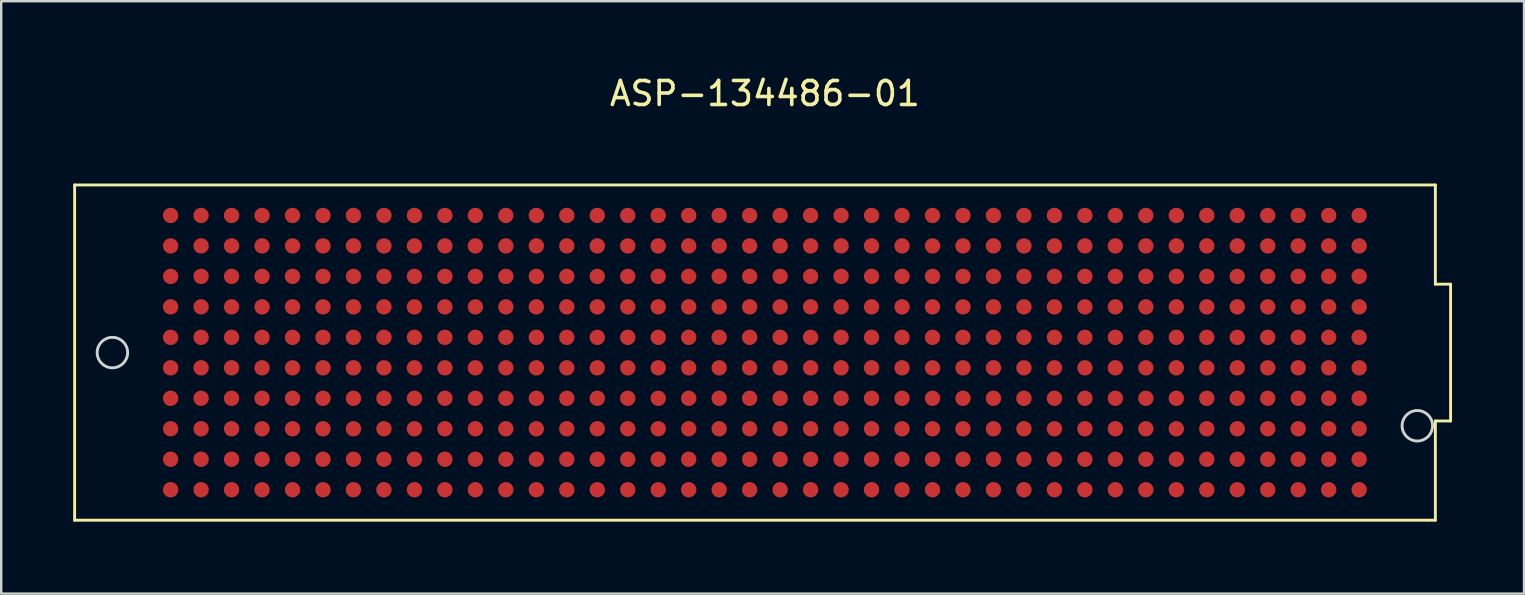
<source format=kicad_pcb>
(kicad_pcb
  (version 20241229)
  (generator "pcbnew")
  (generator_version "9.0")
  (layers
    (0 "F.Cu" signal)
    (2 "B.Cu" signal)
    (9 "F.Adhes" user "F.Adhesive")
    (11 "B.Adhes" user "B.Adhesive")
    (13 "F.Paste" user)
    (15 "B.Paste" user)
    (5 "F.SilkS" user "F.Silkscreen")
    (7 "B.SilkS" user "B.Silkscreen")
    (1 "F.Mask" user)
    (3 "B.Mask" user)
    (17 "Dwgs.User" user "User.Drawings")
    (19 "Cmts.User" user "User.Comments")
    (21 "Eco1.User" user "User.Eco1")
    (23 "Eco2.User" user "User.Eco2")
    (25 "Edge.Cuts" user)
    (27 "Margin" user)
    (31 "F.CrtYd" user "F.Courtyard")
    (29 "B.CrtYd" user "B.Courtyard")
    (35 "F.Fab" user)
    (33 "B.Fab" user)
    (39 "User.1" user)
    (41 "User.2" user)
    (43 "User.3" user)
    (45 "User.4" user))
  (footprint "ASP-134486-01"
    (layer "F.Cu")
    (at 28.825 11.643)
    (property "Reference" "ASP-134486-01" (at 0 -10.795 0) (layer "F.SilkS") (effects (font (size 1 1) (thickness 0.15))))
    (attr through_hole)
    (fp_line (start -28.765 -6.985) (end -28.765 6.985) (stroke (width 0.12) (type solid)) (layer "F.SilkS"))
    (fp_line (start -28.765 -6.985) (end 27.94 -6.985) (stroke (width 0.12) (type solid)) (layer "F.SilkS"))
    (fp_line (start 27.94 -2.85) (end 27.94 -6.985) (stroke (width 0.12) (type solid)) (layer "F.SilkS"))
    (fp_line (start 27.94 6.985) (end -28.765 6.985) (stroke (width 0.12) (type solid)) (layer "F.SilkS"))
    (fp_line (start 27.94 6.985) (end 27.94 2.85) (stroke (width 0.12) (type solid)) (layer "F.SilkS"))
    (fp_line (start 28.575 -2.85) (end 27.94 -2.85) (stroke (width 0.12) (type solid)) (layer "F.SilkS"))
    (fp_line (start 28.575 2.85) (end 27.94 2.85) (stroke (width 0.12) (type solid)) (layer "F.SilkS"))
    (fp_line (start 28.575 2.85) (end 28.575 -2.85) (stroke (width 0.12) (type solid)) (layer "F.SilkS"))
    (fp_circle (center -27.191 0) (end -26.556 0) (stroke (width 0.12) (type solid)) (fill no) (layer "Edge.Cuts"))
    (fp_circle (center 27.189 3.05) (end 27.824 3.05) (stroke (width 0.12) (type solid)) (fill no) (layer "Edge.Cuts"))
    (pad "A1" smd circle (at 24.765 5.715 180) (size 0.64 0.64) (layers "F.Cu" "F.Mask" "F.Paste"))
    (pad "A2" smd circle (at 23.495 5.715 180) (size 0.64 0.64) (layers "F.Cu" "F.Mask" "F.Paste"))
    (pad "A3" smd circle (at 22.225 5.715 180) (size 0.64 0.64) (layers "F.Cu" "F.Mask" "F.Paste"))
    (pad "A4" smd circle (at 20.955 5.715 180) (size 0.64 0.64) (layers "F.Cu" "F.Mask" "F.Paste"))
    (pad "A5" smd circle (at 19.685 5.715 180) (size 0.64 0.64) (layers "F.Cu" "F.Mask" "F.Paste"))
    (pad "A6" smd circle (at 18.415 5.715 180) (size 0.64 0.64) (layers "F.Cu" "F.Mask" "F.Paste"))
    (pad "A7" smd circle (at 17.145 5.715 180) (size 0.64 0.64) (layers "F.Cu" "F.Mask" "F.Paste"))
    (pad "A8" smd circle (at 15.875 5.715 180) (size 0.64 0.64) (layers "F.Cu" "F.Mask" "F.Paste"))
    (pad "A9" smd circle (at 14.605 5.715 180) (size 0.64 0.64) (layers "F.Cu" "F.Mask" "F.Paste"))
    (pad "A10" smd circle (at 13.335 5.715 180) (size 0.64 0.64) (layers "F.Cu" "F.Mask" "F.Paste"))
    (pad "A11" smd circle (at 12.065 5.715 180) (size 0.64 0.64) (layers "F.Cu" "F.Mask" "F.Paste"))
    (pad "A12" smd circle (at 10.795 5.715 180) (size 0.64 0.64) (layers "F.Cu" "F.Mask" "F.Paste"))
    (pad "A13" smd circle (at 9.525 5.715 180) (size 0.64 0.64) (layers "F.Cu" "F.Mask" "F.Paste"))
    (pad "A14" smd circle (at 8.255 5.715 180) (size 0.64 0.64) (layers "F.Cu" "F.Mask" "F.Paste"))
    (pad "A15" smd circle (at 6.985 5.715 180) (size 0.64 0.64) (layers "F.Cu" "F.Mask" "F.Paste"))
    (pad "A16" smd circle (at 5.715 5.715 180) (size 0.64 0.64) (layers "F.Cu" "F.Mask" "F.Paste"))
    (pad "A17" smd circle (at 4.445 5.715 180) (size 0.64 0.64) (layers "F.Cu" "F.Mask" "F.Paste"))
    (pad "A18" smd circle (at 3.175 5.715 180) (size 0.64 0.64) (layers "F.Cu" "F.Mask" "F.Paste"))
    (pad "A19" smd circle (at 1.905 5.715 180) (size 0.64 0.64) (layers "F.Cu" "F.Mask" "F.Paste"))
    (pad "A20" smd circle (at 0.635 5.715 180) (size 0.64 0.64) (layers "F.Cu" "F.Mask" "F.Paste"))
    (pad "A21" smd circle (at -0.635 5.715 180) (size 0.64 0.64) (layers "F.Cu" "F.Mask" "F.Paste"))
    (pad "A22" smd circle (at -1.905 5.715 180) (size 0.64 0.64) (layers "F.Cu" "F.Mask" "F.Paste"))
    (pad "A23" smd circle (at -3.175 5.715 180) (size 0.64 0.64) (layers "F.Cu" "F.Mask" "F.Paste"))
    (pad "A24" smd circle (at -4.445 5.715 180) (size 0.64 0.64) (layers "F.Cu" "F.Mask" "F.Paste"))
    (pad "A25" smd circle (at -5.715 5.715 180) (size 0.64 0.64) (layers "F.Cu" "F.Mask" "F.Paste"))
    (pad "A26" smd circle (at -6.985 5.715 180) (size 0.64 0.64) (layers "F.Cu" "F.Mask" "F.Paste"))
    (pad "A27" smd circle (at -8.255 5.715 180) (size 0.64 0.64) (layers "F.Cu" "F.Mask" "F.Paste"))
    (pad "A28" smd circle (at -9.525 5.715 180) (size 0.64 0.64) (layers "F.Cu" "F.Mask" "F.Paste"))
    (pad "A29" smd circle (at -10.795 5.715 180) (size 0.64 0.64) (layers "F.Cu" "F.Mask" "F.Paste"))
    (pad "A30" smd circle (at -12.065 5.715 180) (size 0.64 0.64) (layers "F.Cu" "F.Mask" "F.Paste"))
    (pad "A31" smd circle (at -13.335 5.715 180) (size 0.64 0.64) (layers "F.Cu" "F.Mask" "F.Paste"))
    (pad "A32" smd circle (at -14.605 5.715 180) (size 0.64 0.64) (layers "F.Cu" "F.Mask" "F.Paste"))
    (pad "A33" smd circle (at -15.875 5.715 180) (size 0.64 0.64) (layers "F.Cu" "F.Mask" "F.Paste"))
    (pad "A34" smd circle (at -17.145 5.715 180) (size 0.64 0.64) (layers "F.Cu" "F.Mask" "F.Paste"))
    (pad "A35" smd circle (at -18.415 5.715 180) (size 0.64 0.64) (layers "F.Cu" "F.Mask" "F.Paste"))
    (pad "A36" smd circle (at -19.685 5.715 180) (size 0.64 0.64) (layers "F.Cu" "F.Mask" "F.Paste"))
    (pad "A37" smd circle (at -20.955 5.715 180) (size 0.64 0.64) (layers "F.Cu" "F.Mask" "F.Paste"))
    (pad "A38" smd circle (at -22.225 5.715 180) (size 0.64 0.64) (layers "F.Cu" "F.Mask" "F.Paste"))
    (pad "A39" smd circle (at -23.495 5.715 180) (size 0.64 0.64) (layers "F.Cu" "F.Mask" "F.Paste"))
    (pad "A40" smd circle (at -24.765 5.715 180) (size 0.64 0.64) (layers "F.Cu" "F.Mask" "F.Paste"))
    (pad "B1" smd circle (at 24.765 4.445 180) (size 0.64 0.64) (layers "F.Cu" "F.Mask" "F.Paste"))
    (pad "B2" smd circle (at 23.495 4.445 180) (size 0.64 0.64) (layers "F.Cu" "F.Mask" "F.Paste"))
    (pad "B3" smd circle (at 22.225 4.445 180) (size 0.64 0.64) (layers "F.Cu" "F.Mask" "F.Paste"))
    (pad "B4" smd circle (at 20.955 4.445 180) (size 0.64 0.64) (layers "F.Cu" "F.Mask" "F.Paste"))
    (pad "B5" smd circle (at 19.685 4.445 180) (size 0.64 0.64) (layers "F.Cu" "F.Mask" "F.Paste"))
    (pad "B6" smd circle (at 18.415 4.445 180) (size 0.64 0.64) (layers "F.Cu" "F.Mask" "F.Paste"))
    (pad "B7" smd circle (at 17.145 4.445 180) (size 0.64 0.64) (layers "F.Cu" "F.Mask" "F.Paste"))
    (pad "B8" smd circle (at 15.875 4.445 180) (size 0.64 0.64) (layers "F.Cu" "F.Mask" "F.Paste"))
    (pad "B9" smd circle (at 14.605 4.445 180) (size 0.64 0.64) (layers "F.Cu" "F.Mask" "F.Paste"))
    (pad "B10" smd circle (at 13.335 4.445 180) (size 0.64 0.64) (layers "F.Cu" "F.Mask" "F.Paste"))
    (pad "B11" smd circle (at 12.065 4.445 180) (size 0.64 0.64) (layers "F.Cu" "F.Mask" "F.Paste"))
    (pad "B12" smd circle (at 10.795 4.445 180) (size 0.64 0.64) (layers "F.Cu" "F.Mask" "F.Paste"))
    (pad "B13" smd circle (at 9.525 4.445 180) (size 0.64 0.64) (layers "F.Cu" "F.Mask" "F.Paste"))
    (pad "B14" smd circle (at 8.255 4.445 180) (size 0.64 0.64) (layers "F.Cu" "F.Mask" "F.Paste"))
    (pad "B15" smd circle (at 6.985 4.445 180) (size 0.64 0.64) (layers "F.Cu" "F.Mask" "F.Paste"))
    (pad "B16" smd circle (at 5.715 4.445 180) (size 0.64 0.64) (layers "F.Cu" "F.Mask" "F.Paste"))
    (pad "B17" smd circle (at 4.445 4.445 180) (size 0.64 0.64) (layers "F.Cu" "F.Mask" "F.Paste"))
    (pad "B18" smd circle (at 3.175 4.445 180) (size 0.64 0.64) (layers "F.Cu" "F.Mask" "F.Paste"))
    (pad "B19" smd circle (at 1.905 4.445 180) (size 0.64 0.64) (layers "F.Cu" "F.Mask" "F.Paste"))
    (pad "B20" smd circle (at 0.635 4.445 180) (size 0.64 0.64) (layers "F.Cu" "F.Mask" "F.Paste"))
    (pad "B21" smd circle (at -0.635 4.445 180) (size 0.64 0.64) (layers "F.Cu" "F.Mask" "F.Paste"))
    (pad "B22" smd circle (at -1.905 4.445 180) (size 0.64 0.64) (layers "F.Cu" "F.Mask" "F.Paste"))
    (pad "B23" smd circle (at -3.175 4.445 180) (size 0.64 0.64) (layers "F.Cu" "F.Mask" "F.Paste"))
    (pad "B24" smd circle (at -4.445 4.445 180) (size 0.64 0.64) (layers "F.Cu" "F.Mask" "F.Paste"))
    (pad "B25" smd circle (at -5.715 4.445 180) (size 0.64 0.64) (layers "F.Cu" "F.Mask" "F.Paste"))
    (pad "B26" smd circle (at -6.985 4.445 180) (size 0.64 0.64) (layers "F.Cu" "F.Mask" "F.Paste"))
    (pad "B27" smd circle (at -8.255 4.445 180) (size 0.64 0.64) (layers "F.Cu" "F.Mask" "F.Paste"))
    (pad "B28" smd circle (at -9.525 4.445 180) (size 0.64 0.64) (layers "F.Cu" "F.Mask" "F.Paste"))
    (pad "B29" smd circle (at -10.795 4.445 180) (size 0.64 0.64) (layers "F.Cu" "F.Mask" "F.Paste"))
    (pad "B30" smd circle (at -12.065 4.445 180) (size 0.64 0.64) (layers "F.Cu" "F.Mask" "F.Paste"))
    (pad "B31" smd circle (at -13.335 4.445 180) (size 0.64 0.64) (layers "F.Cu" "F.Mask" "F.Paste"))
    (pad "B32" smd circle (at -14.605 4.445 180) (size 0.64 0.64) (layers "F.Cu" "F.Mask" "F.Paste"))
    (pad "B33" smd circle (at -15.875 4.445 180) (size 0.64 0.64) (layers "F.Cu" "F.Mask" "F.Paste"))
    (pad "B34" smd circle (at -17.145 4.445 180) (size 0.64 0.64) (layers "F.Cu" "F.Mask" "F.Paste"))
    (pad "B35" smd circle (at -18.415 4.445 180) (size 0.64 0.64) (layers "F.Cu" "F.Mask" "F.Paste"))
    (pad "B36" smd circle (at -19.685 4.445 180) (size 0.64 0.64) (layers "F.Cu" "F.Mask" "F.Paste"))
    (pad "B37" smd circle (at -20.955 4.445 180) (size 0.64 0.64) (layers "F.Cu" "F.Mask" "F.Paste"))
    (pad "B38" smd circle (at -22.225 4.445 180) (size 0.64 0.64) (layers "F.Cu" "F.Mask" "F.Paste"))
    (pad "B39" smd circle (at -23.495 4.445 180) (size 0.64 0.64) (layers "F.Cu" "F.Mask" "F.Paste"))
    (pad "B40" smd circle (at -24.765 4.445 180) (size 0.64 0.64) (layers "F.Cu" "F.Mask" "F.Paste"))
    (pad "C1" smd circle (at 24.765 3.175 180) (size 0.64 0.64) (layers "F.Cu" "F.Mask" "F.Paste"))
    (pad "C2" smd circle (at 23.495 3.175 180) (size 0.64 0.64) (layers "F.Cu" "F.Mask" "F.Paste"))
    (pad "C3" smd circle (at 22.225 3.175 180) (size 0.64 0.64) (layers "F.Cu" "F.Mask" "F.Paste"))
    (pad "C4" smd circle (at 20.955 3.175 180) (size 0.64 0.64) (layers "F.Cu" "F.Mask" "F.Paste"))
    (pad "C5" smd circle (at 19.685 3.175 180) (size 0.64 0.64) (layers "F.Cu" "F.Mask" "F.Paste"))
    (pad "C6" smd circle (at 18.415 3.175 180) (size 0.64 0.64) (layers "F.Cu" "F.Mask" "F.Paste"))
    (pad "C7" smd circle (at 17.145 3.175 180) (size 0.64 0.64) (layers "F.Cu" "F.Mask" "F.Paste"))
    (pad "C8" smd circle (at 15.875 3.175 180) (size 0.64 0.64) (layers "F.Cu" "F.Mask" "F.Paste"))
    (pad "C9" smd circle (at 14.605 3.175 180) (size 0.64 0.64) (layers "F.Cu" "F.Mask" "F.Paste"))
    (pad "C10" smd circle (at 13.335 3.175 180) (size 0.64 0.64) (layers "F.Cu" "F.Mask" "F.Paste"))
    (pad "C11" smd circle (at 12.065 3.175 180) (size 0.64 0.64) (layers "F.Cu" "F.Mask" "F.Paste"))
    (pad "C12" smd circle (at 10.795 3.175 180) (size 0.64 0.64) (layers "F.Cu" "F.Mask" "F.Paste"))
    (pad "C13" smd circle (at 9.525 3.175 180) (size 0.64 0.64) (layers "F.Cu" "F.Mask" "F.Paste"))
    (pad "C14" smd circle (at 8.255 3.175 180) (size 0.64 0.64) (layers "F.Cu" "F.Mask" "F.Paste"))
    (pad "C15" smd circle (at 6.985 3.175 180) (size 0.64 0.64) (layers "F.Cu" "F.Mask" "F.Paste"))
    (pad "C16" smd circle (at 5.715 3.175 180) (size 0.64 0.64) (layers "F.Cu" "F.Mask" "F.Paste"))
    (pad "C17" smd circle (at 4.445 3.175 180) (size 0.64 0.64) (layers "F.Cu" "F.Mask" "F.Paste"))
    (pad "C18" smd circle (at 3.175 3.175 180) (size 0.64 0.64) (layers "F.Cu" "F.Mask" "F.Paste"))
    (pad "C19" smd circle (at 1.905 3.175 180) (size 0.64 0.64) (layers "F.Cu" "F.Mask" "F.Paste"))
    (pad "C20" smd circle (at 0.635 3.175 180) (size 0.64 0.64) (layers "F.Cu" "F.Mask" "F.Paste"))
    (pad "C21" smd circle (at -0.635 3.175 180) (size 0.64 0.64) (layers "F.Cu" "F.Mask" "F.Paste"))
    (pad "C22" smd circle (at -1.905 3.175 180) (size 0.64 0.64) (layers "F.Cu" "F.Mask" "F.Paste"))
    (pad "C23" smd circle (at -3.175 3.175 180) (size 0.64 0.64) (layers "F.Cu" "F.Mask" "F.Paste"))
    (pad "C24" smd circle (at -4.445 3.175 180) (size 0.64 0.64) (layers "F.Cu" "F.Mask" "F.Paste"))
    (pad "C25" smd circle (at -5.715 3.175 180) (size 0.64 0.64) (layers "F.Cu" "F.Mask" "F.Paste"))
    (pad "C26" smd circle (at -6.985 3.175 180) (size 0.64 0.64) (layers "F.Cu" "F.Mask" "F.Paste"))
    (pad "C27" smd circle (at -8.255 3.175 180) (size 0.64 0.64) (layers "F.Cu" "F.Mask" "F.Paste"))
    (pad "C28" smd circle (at -9.525 3.175 180) (size 0.64 0.64) (layers "F.Cu" "F.Mask" "F.Paste"))
    (pad "C29" smd circle (at -10.795 3.175 180) (size 0.64 0.64) (layers "F.Cu" "F.Mask" "F.Paste"))
    (pad "C30" smd circle (at -12.065 3.175 180) (size 0.64 0.64) (layers "F.Cu" "F.Mask" "F.Paste"))
    (pad "C31" smd circle (at -13.335 3.175 180) (size 0.64 0.64) (layers "F.Cu" "F.Mask" "F.Paste"))
    (pad "C32" smd circle (at -14.605 3.175 180) (size 0.64 0.64) (layers "F.Cu" "F.Mask" "F.Paste"))
    (pad "C33" smd circle (at -15.875 3.175 180) (size 0.64 0.64) (layers "F.Cu" "F.Mask" "F.Paste"))
    (pad "C34" smd circle (at -17.145 3.175 180) (size 0.64 0.64) (layers "F.Cu" "F.Mask" "F.Paste"))
    (pad "C35" smd circle (at -18.415 3.175 180) (size 0.64 0.64) (layers "F.Cu" "F.Mask" "F.Paste"))
    (pad "C36" smd circle (at -19.685 3.175 180) (size 0.64 0.64) (layers "F.Cu" "F.Mask" "F.Paste"))
    (pad "C37" smd circle (at -20.955 3.175 180) (size 0.64 0.64) (layers "F.Cu" "F.Mask" "F.Paste"))
    (pad "C38" smd circle (at -22.225 3.175 180) (size 0.64 0.64) (layers "F.Cu" "F.Mask" "F.Paste"))
    (pad "C39" smd circle (at -23.495 3.175 180) (size 0.64 0.64) (layers "F.Cu" "F.Mask" "F.Paste"))
    (pad "C40" smd circle (at -24.765 3.175 180) (size 0.64 0.64) (layers "F.Cu" "F.Mask" "F.Paste"))
    (pad "D1" smd circle (at 24.765 1.905 180) (size 0.64 0.64) (layers "F.Cu" "F.Mask" "F.Paste"))
    (pad "D2" smd circle (at 23.495 1.905 180) (size 0.64 0.64) (layers "F.Cu" "F.Mask" "F.Paste"))
    (pad "D3" smd circle (at 22.225 1.905 180) (size 0.64 0.64) (layers "F.Cu" "F.Mask" "F.Paste"))
    (pad "D4" smd circle (at 20.955 1.905 180) (size 0.64 0.64) (layers "F.Cu" "F.Mask" "F.Paste"))
    (pad "D5" smd circle (at 19.685 1.905 180) (size 0.64 0.64) (layers "F.Cu" "F.Mask" "F.Paste"))
    (pad "D6" smd circle (at 18.415 1.905 180) (size 0.64 0.64) (layers "F.Cu" "F.Mask" "F.Paste"))
    (pad "D7" smd circle (at 17.145 1.905 180) (size 0.64 0.64) (layers "F.Cu" "F.Mask" "F.Paste"))
    (pad "D8" smd circle (at 15.875 1.905 180) (size 0.64 0.64) (layers "F.Cu" "F.Mask" "F.Paste"))
    (pad "D9" smd circle (at 14.605 1.905 180) (size 0.64 0.64) (layers "F.Cu" "F.Mask" "F.Paste"))
    (pad "D10" smd circle (at 13.335 1.905 180) (size 0.64 0.64) (layers "F.Cu" "F.Mask" "F.Paste"))
    (pad "D11" smd circle (at 12.065 1.905 180) (size 0.64 0.64) (layers "F.Cu" "F.Mask" "F.Paste"))
    (pad "D12" smd circle (at 10.795 1.905 180) (size 0.64 0.64) (layers "F.Cu" "F.Mask" "F.Paste"))
    (pad "D13" smd circle (at 9.525 1.905 180) (size 0.64 0.64) (layers "F.Cu" "F.Mask" "F.Paste"))
    (pad "D14" smd circle (at 8.255 1.905 180) (size 0.64 0.64) (layers "F.Cu" "F.Mask" "F.Paste"))
    (pad "D15" smd circle (at 6.985 1.905 180) (size 0.64 0.64) (layers "F.Cu" "F.Mask" "F.Paste"))
    (pad "D16" smd circle (at 5.715 1.905 180) (size 0.64 0.64) (layers "F.Cu" "F.Mask" "F.Paste"))
    (pad "D17" smd circle (at 4.445 1.905 180) (size 0.64 0.64) (layers "F.Cu" "F.Mask" "F.Paste"))
    (pad "D18" smd circle (at 3.175 1.905 180) (size 0.64 0.64) (layers "F.Cu" "F.Mask" "F.Paste"))
    (pad "D19" smd circle (at 1.905 1.905 180) (size 0.64 0.64) (layers "F.Cu" "F.Mask" "F.Paste"))
    (pad "D20" smd circle (at 0.635 1.905 180) (size 0.64 0.64) (layers "F.Cu" "F.Mask" "F.Paste"))
    (pad "D21" smd circle (at -0.635 1.905 180) (size 0.64 0.64) (layers "F.Cu" "F.Mask" "F.Paste"))
    (pad "D22" smd circle (at -1.905 1.905 180) (size 0.64 0.64) (layers "F.Cu" "F.Mask" "F.Paste"))
    (pad "D23" smd circle (at -3.175 1.905 180) (size 0.64 0.64) (layers "F.Cu" "F.Mask" "F.Paste"))
    (pad "D24" smd circle (at -4.445 1.905 180) (size 0.64 0.64) (layers "F.Cu" "F.Mask" "F.Paste"))
    (pad "D25" smd circle (at -5.715 1.905 180) (size 0.64 0.64) (layers "F.Cu" "F.Mask" "F.Paste"))
    (pad "D26" smd circle (at -6.985 1.905 180) (size 0.64 0.64) (layers "F.Cu" "F.Mask" "F.Paste"))
    (pad "D27" smd circle (at -8.255 1.905 180) (size 0.64 0.64) (layers "F.Cu" "F.Mask" "F.Paste"))
    (pad "D28" smd circle (at -9.525 1.905 180) (size 0.64 0.64) (layers "F.Cu" "F.Mask" "F.Paste"))
    (pad "D29" smd circle (at -10.795 1.905 180) (size 0.64 0.64) (layers "F.Cu" "F.Mask" "F.Paste"))
    (pad "D30" smd circle (at -12.065 1.905 180) (size 0.64 0.64) (layers "F.Cu" "F.Mask" "F.Paste"))
    (pad "D31" smd circle (at -13.335 1.905 180) (size 0.64 0.64) (layers "F.Cu" "F.Mask" "F.Paste"))
    (pad "D32" smd circle (at -14.605 1.905 180) (size 0.64 0.64) (layers "F.Cu" "F.Mask" "F.Paste"))
    (pad "D33" smd circle (at -15.875 1.905 180) (size 0.64 0.64) (layers "F.Cu" "F.Mask" "F.Paste"))
    (pad "D34" smd circle (at -17.145 1.905 180) (size 0.64 0.64) (layers "F.Cu" "F.Mask" "F.Paste"))
    (pad "D35" smd circle (at -18.415 1.905 180) (size 0.64 0.64) (layers "F.Cu" "F.Mask" "F.Paste"))
    (pad "D36" smd circle (at -19.685 1.905 180) (size 0.64 0.64) (layers "F.Cu" "F.Mask" "F.Paste"))
    (pad "D37" smd circle (at -20.955 1.905 180) (size 0.64 0.64) (layers "F.Cu" "F.Mask" "F.Paste"))
    (pad "D38" smd circle (at -22.225 1.905 180) (size 0.64 0.64) (layers "F.Cu" "F.Mask" "F.Paste"))
    (pad "D39" smd circle (at -23.495 1.905 180) (size 0.64 0.64) (layers "F.Cu" "F.Mask" "F.Paste"))
    (pad "D40" smd circle (at -24.765 1.905 180) (size 0.64 0.64) (layers "F.Cu" "F.Mask" "F.Paste"))
    (pad "E1" smd circle (at 24.765 0.635 180) (size 0.64 0.64) (layers "F.Cu" "F.Mask" "F.Paste"))
    (pad "E2" smd circle (at 23.495 0.635 180) (size 0.64 0.64) (layers "F.Cu" "F.Mask" "F.Paste"))
    (pad "E3" smd circle (at 22.225 0.635 180) (size 0.64 0.64) (layers "F.Cu" "F.Mask" "F.Paste"))
    (pad "E4" smd circle (at 20.955 0.635 180) (size 0.64 0.64) (layers "F.Cu" "F.Mask" "F.Paste"))
    (pad "E5" smd circle (at 19.685 0.635 180) (size 0.64 0.64) (layers "F.Cu" "F.Mask" "F.Paste"))
    (pad "E6" smd circle (at 18.415 0.635 180) (size 0.64 0.64) (layers "F.Cu" "F.Mask" "F.Paste"))
    (pad "E7" smd circle (at 17.145 0.635 180) (size 0.64 0.64) (layers "F.Cu" "F.Mask" "F.Paste"))
    (pad "E8" smd circle (at 15.875 0.635 180) (size 0.64 0.64) (layers "F.Cu" "F.Mask" "F.Paste"))
    (pad "E9" smd circle (at 14.605 0.635 180) (size 0.64 0.64) (layers "F.Cu" "F.Mask" "F.Paste"))
    (pad "E10" smd circle (at 13.335 0.635 180) (size 0.64 0.64) (layers "F.Cu" "F.Mask" "F.Paste"))
    (pad "E11" smd circle (at 12.065 0.635 180) (size 0.64 0.64) (layers "F.Cu" "F.Mask" "F.Paste"))
    (pad "E12" smd circle (at 10.795 0.635 180) (size 0.64 0.64) (layers "F.Cu" "F.Mask" "F.Paste"))
    (pad "E13" smd circle (at 9.525 0.635 180) (size 0.64 0.64) (layers "F.Cu" "F.Mask" "F.Paste"))
    (pad "E14" smd circle (at 8.255 0.635 180) (size 0.64 0.64) (layers "F.Cu" "F.Mask" "F.Paste"))
    (pad "E15" smd circle (at 6.985 0.635 180) (size 0.64 0.64) (layers "F.Cu" "F.Mask" "F.Paste"))
    (pad "E16" smd circle (at 5.715 0.635 180) (size 0.64 0.64) (layers "F.Cu" "F.Mask" "F.Paste"))
    (pad "E17" smd circle (at 4.445 0.635 180) (size 0.64 0.64) (layers "F.Cu" "F.Mask" "F.Paste"))
    (pad "E18" smd circle (at 3.175 0.635 180) (size 0.64 0.64) (layers "F.Cu" "F.Mask" "F.Paste"))
    (pad "E19" smd circle (at 1.905 0.635 180) (size 0.64 0.64) (layers "F.Cu" "F.Mask" "F.Paste"))
    (pad "E20" smd circle (at 0.635 0.635 180) (size 0.64 0.64) (layers "F.Cu" "F.Mask" "F.Paste"))
    (pad "E21" smd circle (at -0.635 0.635 180) (size 0.64 0.64) (layers "F.Cu" "F.Mask" "F.Paste"))
    (pad "E22" smd circle (at -1.905 0.635 180) (size 0.64 0.64) (layers "F.Cu" "F.Mask" "F.Paste"))
    (pad "E23" smd circle (at -3.175 0.635 180) (size 0.64 0.64) (layers "F.Cu" "F.Mask" "F.Paste"))
    (pad "E24" smd circle (at -4.445 0.635 180) (size 0.64 0.64) (layers "F.Cu" "F.Mask" "F.Paste"))
    (pad "E25" smd circle (at -5.715 0.635 180) (size 0.64 0.64) (layers "F.Cu" "F.Mask" "F.Paste"))
    (pad "E26" smd circle (at -6.985 0.635 180) (size 0.64 0.64) (layers "F.Cu" "F.Mask" "F.Paste"))
    (pad "E27" smd circle (at -8.255 0.635 180) (size 0.64 0.64) (layers "F.Cu" "F.Mask" "F.Paste"))
    (pad "E28" smd circle (at -9.525 0.635 180) (size 0.64 0.64) (layers "F.Cu" "F.Mask" "F.Paste"))
    (pad "E29" smd circle (at -10.795 0.635 180) (size 0.64 0.64) (layers "F.Cu" "F.Mask" "F.Paste"))
    (pad "E30" smd circle (at -12.065 0.635 180) (size 0.64 0.64) (layers "F.Cu" "F.Mask" "F.Paste"))
    (pad "E31" smd circle (at -13.335 0.635 180) (size 0.64 0.64) (layers "F.Cu" "F.Mask" "F.Paste"))
    (pad "E32" smd circle (at -14.605 0.635 180) (size 0.64 0.64) (layers "F.Cu" "F.Mask" "F.Paste"))
    (pad "E33" smd circle (at -15.875 0.635 180) (size 0.64 0.64) (layers "F.Cu" "F.Mask" "F.Paste"))
    (pad "E34" smd circle (at -17.145 0.635 180) (size 0.64 0.64) (layers "F.Cu" "F.Mask" "F.Paste"))
    (pad "E35" smd circle (at -18.415 0.635 180) (size 0.64 0.64) (layers "F.Cu" "F.Mask" "F.Paste"))
    (pad "E36" smd circle (at -19.685 0.635 180) (size 0.64 0.64) (layers "F.Cu" "F.Mask" "F.Paste"))
    (pad "E37" smd circle (at -20.955 0.635 180) (size 0.64 0.64) (layers "F.Cu" "F.Mask" "F.Paste"))
    (pad "E38" smd circle (at -22.225 0.635 180) (size 0.64 0.64) (layers "F.Cu" "F.Mask" "F.Paste"))
    (pad "E39" smd circle (at -23.495 0.635 180) (size 0.64 0.64) (layers "F.Cu" "F.Mask" "F.Paste"))
    (pad "E40" smd circle (at -24.765 0.635 180) (size 0.64 0.64) (layers "F.Cu" "F.Mask" "F.Paste"))
    (pad "F1" smd circle (at 24.765 -0.635 180) (size 0.64 0.64) (layers "F.Cu" "F.Mask" "F.Paste"))
    (pad "F2" smd circle (at 23.495 -0.635 180) (size 0.64 0.64) (layers "F.Cu" "F.Mask" "F.Paste"))
    (pad "F3" smd circle (at 22.225 -0.635 180) (size 0.64 0.64) (layers "F.Cu" "F.Mask" "F.Paste"))
    (pad "F4" smd circle (at 20.955 -0.635 180) (size 0.64 0.64) (layers "F.Cu" "F.Mask" "F.Paste"))
    (pad "F5" smd circle (at 19.685 -0.635 180) (size 0.64 0.64) (layers "F.Cu" "F.Mask" "F.Paste"))
    (pad "F6" smd circle (at 18.415 -0.635 180) (size 0.64 0.64) (layers "F.Cu" "F.Mask" "F.Paste"))
    (pad "F7" smd circle (at 17.145 -0.635 180) (size 0.64 0.64) (layers "F.Cu" "F.Mask" "F.Paste"))
    (pad "F8" smd circle (at 15.875 -0.635 180) (size 0.64 0.64) (layers "F.Cu" "F.Mask" "F.Paste"))
    (pad "F9" smd circle (at 14.605 -0.635 180) (size 0.64 0.64) (layers "F.Cu" "F.Mask" "F.Paste"))
    (pad "F10" smd circle (at 13.335 -0.635 180) (size 0.64 0.64) (layers "F.Cu" "F.Mask" "F.Paste"))
    (pad "F11" smd circle (at 12.065 -0.635 180) (size 0.64 0.64) (layers "F.Cu" "F.Mask" "F.Paste"))
    (pad "F12" smd circle (at 10.795 -0.635 180) (size 0.64 0.64) (layers "F.Cu" "F.Mask" "F.Paste"))
    (pad "F13" smd circle (at 9.525 -0.635 180) (size 0.64 0.64) (layers "F.Cu" "F.Mask" "F.Paste"))
    (pad "F14" smd circle (at 8.255 -0.635 180) (size 0.64 0.64) (layers "F.Cu" "F.Mask" "F.Paste"))
    (pad "F15" smd circle (at 6.985 -0.635 180) (size 0.64 0.64) (layers "F.Cu" "F.Mask" "F.Paste"))
    (pad "F16" smd circle (at 5.715 -0.635 180) (size 0.64 0.64) (layers "F.Cu" "F.Mask" "F.Paste"))
    (pad "F17" smd circle (at 4.445 -0.635 180) (size 0.64 0.64) (layers "F.Cu" "F.Mask" "F.Paste"))
    (pad "F18" smd circle (at 3.175 -0.635 180) (size 0.64 0.64) (layers "F.Cu" "F.Mask" "F.Paste"))
    (pad "F19" smd circle (at 1.905 -0.635 180) (size 0.64 0.64) (layers "F.Cu" "F.Mask" "F.Paste"))
    (pad "F20" smd circle (at 0.635 -0.635 180) (size 0.64 0.64) (layers "F.Cu" "F.Mask" "F.Paste"))
    (pad "F21" smd circle (at -0.635 -0.635 180) (size 0.64 0.64) (layers "F.Cu" "F.Mask" "F.Paste"))
    (pad "F22" smd circle (at -1.905 -0.635 180) (size 0.64 0.64) (layers "F.Cu" "F.Mask" "F.Paste"))
    (pad "F23" smd circle (at -3.175 -0.635 180) (size 0.64 0.64) (layers "F.Cu" "F.Mask" "F.Paste"))
    (pad "F24" smd circle (at -4.445 -0.635 180) (size 0.64 0.64) (layers "F.Cu" "F.Mask" "F.Paste"))
    (pad "F25" smd circle (at -5.715 -0.635 180) (size 0.64 0.64) (layers "F.Cu" "F.Mask" "F.Paste"))
    (pad "F26" smd circle (at -6.985 -0.635 180) (size 0.64 0.64) (layers "F.Cu" "F.Mask" "F.Paste"))
    (pad "F27" smd circle (at -8.255 -0.635 180) (size 0.64 0.64) (layers "F.Cu" "F.Mask" "F.Paste"))
    (pad "F28" smd circle (at -9.525 -0.635 180) (size 0.64 0.64) (layers "F.Cu" "F.Mask" "F.Paste"))
    (pad "F29" smd circle (at -10.795 -0.635 180) (size 0.64 0.64) (layers "F.Cu" "F.Mask" "F.Paste"))
    (pad "F30" smd circle (at -12.065 -0.635 180) (size 0.64 0.64) (layers "F.Cu" "F.Mask" "F.Paste"))
    (pad "F31" smd circle (at -13.335 -0.635 180) (size 0.64 0.64) (layers "F.Cu" "F.Mask" "F.Paste"))
    (pad "F32" smd circle (at -14.605 -0.635 180) (size 0.64 0.64) (layers "F.Cu" "F.Mask" "F.Paste"))
    (pad "F33" smd circle (at -15.875 -0.635 180) (size 0.64 0.64) (layers "F.Cu" "F.Mask" "F.Paste"))
    (pad "F34" smd circle (at -17.145 -0.635 180) (size 0.64 0.64) (layers "F.Cu" "F.Mask" "F.Paste"))
    (pad "F35" smd circle (at -18.415 -0.635 180) (size 0.64 0.64) (layers "F.Cu" "F.Mask" "F.Paste"))
    (pad "F36" smd circle (at -19.685 -0.635 180) (size 0.64 0.64) (layers "F.Cu" "F.Mask" "F.Paste"))
    (pad "F37" smd circle (at -20.955 -0.635 180) (size 0.64 0.64) (layers "F.Cu" "F.Mask" "F.Paste"))
    (pad "F38" smd circle (at -22.225 -0.635 180) (size 0.64 0.64) (layers "F.Cu" "F.Mask" "F.Paste"))
    (pad "F39" smd circle (at -23.495 -0.635 180) (size 0.64 0.64) (layers "F.Cu" "F.Mask" "F.Paste"))
    (pad "F40" smd circle (at -24.765 -0.635 180) (size 0.64 0.64) (layers "F.Cu" "F.Mask" "F.Paste"))
    (pad "G1" smd circle (at 24.765 -1.905 180) (size 0.64 0.64) (layers "F.Cu" "F.Mask" "F.Paste"))
    (pad "G2" smd circle (at 23.495 -1.905 180) (size 0.64 0.64) (layers "F.Cu" "F.Mask" "F.Paste"))
    (pad "G3" smd circle (at 22.225 -1.905 180) (size 0.64 0.64) (layers "F.Cu" "F.Mask" "F.Paste"))
    (pad "G4" smd circle (at 20.955 -1.905 180) (size 0.64 0.64) (layers "F.Cu" "F.Mask" "F.Paste"))
    (pad "G5" smd circle (at 19.685 -1.905 180) (size 0.64 0.64) (layers "F.Cu" "F.Mask" "F.Paste"))
    (pad "G6" smd circle (at 18.415 -1.905 180) (size 0.64 0.64) (layers "F.Cu" "F.Mask" "F.Paste"))
    (pad "G7" smd circle (at 17.145 -1.905 180) (size 0.64 0.64) (layers "F.Cu" "F.Mask" "F.Paste"))
    (pad "G8" smd circle (at 15.875 -1.905 180) (size 0.64 0.64) (layers "F.Cu" "F.Mask" "F.Paste"))
    (pad "G9" smd circle (at 14.605 -1.905 180) (size 0.64 0.64) (layers "F.Cu" "F.Mask" "F.Paste"))
    (pad "G10" smd circle (at 13.335 -1.905 180) (size 0.64 0.64) (layers "F.Cu" "F.Mask" "F.Paste"))
    (pad "G11" smd circle (at 12.065 -1.905 180) (size 0.64 0.64) (layers "F.Cu" "F.Mask" "F.Paste"))
    (pad "G12" smd circle (at 10.795 -1.905 180) (size 0.64 0.64) (layers "F.Cu" "F.Mask" "F.Paste"))
    (pad "G13" smd circle (at 9.525 -1.905 180) (size 0.64 0.64) (layers "F.Cu" "F.Mask" "F.Paste"))
    (pad "G14" smd circle (at 8.255 -1.905 180) (size 0.64 0.64) (layers "F.Cu" "F.Mask" "F.Paste"))
    (pad "G15" smd circle (at 6.985 -1.905 180) (size 0.64 0.64) (layers "F.Cu" "F.Mask" "F.Paste"))
    (pad "G16" smd circle (at 5.715 -1.905 180) (size 0.64 0.64) (layers "F.Cu" "F.Mask" "F.Paste"))
    (pad "G17" smd circle (at 4.445 -1.905 180) (size 0.64 0.64) (layers "F.Cu" "F.Mask" "F.Paste"))
    (pad "G18" smd circle (at 3.175 -1.905 180) (size 0.64 0.64) (layers "F.Cu" "F.Mask" "F.Paste"))
    (pad "G19" smd circle (at 1.905 -1.905 180) (size 0.64 0.64) (layers "F.Cu" "F.Mask" "F.Paste"))
    (pad "G20" smd circle (at 0.635 -1.905 180) (size 0.64 0.64) (layers "F.Cu" "F.Mask" "F.Paste"))
    (pad "G21" smd circle (at -0.635 -1.905 180) (size 0.64 0.64) (layers "F.Cu" "F.Mask" "F.Paste"))
    (pad "G22" smd circle (at -1.905 -1.905 180) (size 0.64 0.64) (layers "F.Cu" "F.Mask" "F.Paste"))
    (pad "G23" smd circle (at -3.175 -1.905 180) (size 0.64 0.64) (layers "F.Cu" "F.Mask" "F.Paste"))
    (pad "G24" smd circle (at -4.445 -1.905 180) (size 0.64 0.64) (layers "F.Cu" "F.Mask" "F.Paste"))
    (pad "G25" smd circle (at -5.715 -1.905 180) (size 0.64 0.64) (layers "F.Cu" "F.Mask" "F.Paste"))
    (pad "G26" smd circle (at -6.985 -1.905 180) (size 0.64 0.64) (layers "F.Cu" "F.Mask" "F.Paste"))
    (pad "G27" smd circle (at -8.255 -1.905 180) (size 0.64 0.64) (layers "F.Cu" "F.Mask" "F.Paste"))
    (pad "G28" smd circle (at -9.525 -1.905 180) (size 0.64 0.64) (layers "F.Cu" "F.Mask" "F.Paste"))
    (pad "G29" smd circle (at -10.795 -1.905 180) (size 0.64 0.64) (layers "F.Cu" "F.Mask" "F.Paste"))
    (pad "G30" smd circle (at -12.065 -1.905 180) (size 0.64 0.64) (layers "F.Cu" "F.Mask" "F.Paste"))
    (pad "G31" smd circle (at -13.335 -1.905 180) (size 0.64 0.64) (layers "F.Cu" "F.Mask" "F.Paste"))
    (pad "G32" smd circle (at -14.605 -1.905 180) (size 0.64 0.64) (layers "F.Cu" "F.Mask" "F.Paste"))
    (pad "G33" smd circle (at -15.875 -1.905 180) (size 0.64 0.64) (layers "F.Cu" "F.Mask" "F.Paste"))
    (pad "G34" smd circle (at -17.145 -1.905 180) (size 0.64 0.64) (layers "F.Cu" "F.Mask" "F.Paste"))
    (pad "G35" smd circle (at -18.415 -1.905 180) (size 0.64 0.64) (layers "F.Cu" "F.Mask" "F.Paste"))
    (pad "G36" smd circle (at -19.685 -1.905 180) (size 0.64 0.64) (layers "F.Cu" "F.Mask" "F.Paste"))
    (pad "G37" smd circle (at -20.955 -1.905 180) (size 0.64 0.64) (layers "F.Cu" "F.Mask" "F.Paste"))
    (pad "G38" smd circle (at -22.225 -1.905 180) (size 0.64 0.64) (layers "F.Cu" "F.Mask" "F.Paste"))
    (pad "G39" smd circle (at -23.495 -1.905 180) (size 0.64 0.64) (layers "F.Cu" "F.Mask" "F.Paste"))
    (pad "G40" smd circle (at -24.765 -1.905 180) (size 0.64 0.64) (layers "F.Cu" "F.Mask" "F.Paste"))
    (pad "H1" smd circle (at 24.765 -3.175 180) (size 0.64 0.64) (layers "F.Cu" "F.Mask" "F.Paste"))
    (pad "H2" smd circle (at 23.495 -3.175 180) (size 0.64 0.64) (layers "F.Cu" "F.Mask" "F.Paste"))
    (pad "H3" smd circle (at 22.225 -3.175 180) (size 0.64 0.64) (layers "F.Cu" "F.Mask" "F.Paste"))
    (pad "H4" smd circle (at 20.955 -3.175 180) (size 0.64 0.64) (layers "F.Cu" "F.Mask" "F.Paste"))
    (pad "H5" smd circle (at 19.685 -3.175 180) (size 0.64 0.64) (layers "F.Cu" "F.Mask" "F.Paste"))
    (pad "H6" smd circle (at 18.415 -3.175 180) (size 0.64 0.64) (layers "F.Cu" "F.Mask" "F.Paste"))
    (pad "H7" smd circle (at 17.145 -3.175 180) (size 0.64 0.64) (layers "F.Cu" "F.Mask" "F.Paste"))
    (pad "H8" smd circle (at 15.875 -3.175 180) (size 0.64 0.64) (layers "F.Cu" "F.Mask" "F.Paste"))
    (pad "H9" smd circle (at 14.605 -3.175 180) (size 0.64 0.64) (layers "F.Cu" "F.Mask" "F.Paste"))
    (pad "H10" smd circle (at 13.335 -3.175 180) (size 0.64 0.64) (layers "F.Cu" "F.Mask" "F.Paste"))
    (pad "H11" smd circle (at 12.065 -3.175 180) (size 0.64 0.64) (layers "F.Cu" "F.Mask" "F.Paste"))
    (pad "H12" smd circle (at 10.795 -3.175 180) (size 0.64 0.64) (layers "F.Cu" "F.Mask" "F.Paste"))
    (pad "H13" smd circle (at 9.525 -3.175 180) (size 0.64 0.64) (layers "F.Cu" "F.Mask" "F.Paste"))
    (pad "H14" smd circle (at 8.255 -3.175 180) (size 0.64 0.64) (layers "F.Cu" "F.Mask" "F.Paste"))
    (pad "H15" smd circle (at 6.985 -3.175 180) (size 0.64 0.64) (layers "F.Cu" "F.Mask" "F.Paste"))
    (pad "H16" smd circle (at 5.715 -3.175 180) (size 0.64 0.64) (layers "F.Cu" "F.Mask" "F.Paste"))
    (pad "H17" smd circle (at 4.445 -3.175 180) (size 0.64 0.64) (layers "F.Cu" "F.Mask" "F.Paste"))
    (pad "H18" smd circle (at 3.175 -3.175 180) (size 0.64 0.64) (layers "F.Cu" "F.Mask" "F.Paste"))
    (pad "H19" smd circle (at 1.905 -3.175 180) (size 0.64 0.64) (layers "F.Cu" "F.Mask" "F.Paste"))
    (pad "H20" smd circle (at 0.635 -3.175 180) (size 0.64 0.64) (layers "F.Cu" "F.Mask" "F.Paste"))
    (pad "H21" smd circle (at -0.635 -3.175 180) (size 0.64 0.64) (layers "F.Cu" "F.Mask" "F.Paste"))
    (pad "H22" smd circle (at -1.905 -3.175 180) (size 0.64 0.64) (layers "F.Cu" "F.Mask" "F.Paste"))
    (pad "H23" smd circle (at -3.175 -3.175 180) (size 0.64 0.64) (layers "F.Cu" "F.Mask" "F.Paste"))
    (pad "H24" smd circle (at -4.445 -3.175 180) (size 0.64 0.64) (layers "F.Cu" "F.Mask" "F.Paste"))
    (pad "H25" smd circle (at -5.715 -3.175 180) (size 0.64 0.64) (layers "F.Cu" "F.Mask" "F.Paste"))
    (pad "H26" smd circle (at -6.985 -3.175 180) (size 0.64 0.64) (layers "F.Cu" "F.Mask" "F.Paste"))
    (pad "H27" smd circle (at -8.255 -3.175 180) (size 0.64 0.64) (layers "F.Cu" "F.Mask" "F.Paste"))
    (pad "H28" smd circle (at -9.525 -3.175 180) (size 0.64 0.64) (layers "F.Cu" "F.Mask" "F.Paste"))
    (pad "H29" smd circle (at -10.795 -3.175 180) (size 0.64 0.64) (layers "F.Cu" "F.Mask" "F.Paste"))
    (pad "H30" smd circle (at -12.065 -3.175 180) (size 0.64 0.64) (layers "F.Cu" "F.Mask" "F.Paste"))
    (pad "H31" smd circle (at -13.335 -3.175 180) (size 0.64 0.64) (layers "F.Cu" "F.Mask" "F.Paste"))
    (pad "H32" smd circle (at -14.605 -3.175 180) (size 0.64 0.64) (layers "F.Cu" "F.Mask" "F.Paste"))
    (pad "H33" smd circle (at -15.875 -3.175 180) (size 0.64 0.64) (layers "F.Cu" "F.Mask" "F.Paste"))
    (pad "H34" smd circle (at -17.145 -3.175 180) (size 0.64 0.64) (layers "F.Cu" "F.Mask" "F.Paste"))
    (pad "H35" smd circle (at -18.415 -3.175 180) (size 0.64 0.64) (layers "F.Cu" "F.Mask" "F.Paste"))
    (pad "H36" smd circle (at -19.685 -3.175 180) (size 0.64 0.64) (layers "F.Cu" "F.Mask" "F.Paste"))
    (pad "H37" smd circle (at -20.955 -3.175 180) (size 0.64 0.64) (layers "F.Cu" "F.Mask" "F.Paste"))
    (pad "H38" smd circle (at -22.225 -3.175 180) (size 0.64 0.64) (layers "F.Cu" "F.Mask" "F.Paste"))
    (pad "H39" smd circle (at -23.495 -3.175 180) (size 0.64 0.64) (layers "F.Cu" "F.Mask" "F.Paste"))
    (pad "H40" smd circle (at -24.765 -3.175 180) (size 0.64 0.64) (layers "F.Cu" "F.Mask" "F.Paste"))
    (pad "J1" smd circle (at 24.765 -4.445 180) (size 0.64 0.64) (layers "F.Cu" "F.Mask" "F.Paste"))
    (pad "J2" smd circle (at 23.495 -4.445 180) (size 0.64 0.64) (layers "F.Cu" "F.Mask" "F.Paste"))
    (pad "J3" smd circle (at 22.225 -4.445 180) (size 0.64 0.64) (layers "F.Cu" "F.Mask" "F.Paste"))
    (pad "J4" smd circle (at 20.955 -4.445 180) (size 0.64 0.64) (layers "F.Cu" "F.Mask" "F.Paste"))
    (pad "J5" smd circle (at 19.685 -4.445 180) (size 0.64 0.64) (layers "F.Cu" "F.Mask" "F.Paste"))
    (pad "J6" smd circle (at 18.415 -4.445 180) (size 0.64 0.64) (layers "F.Cu" "F.Mask" "F.Paste"))
    (pad "J7" smd circle (at 17.145 -4.445 180) (size 0.64 0.64) (layers "F.Cu" "F.Mask" "F.Paste"))
    (pad "J8" smd circle (at 15.875 -4.445 180) (size 0.64 0.64) (layers "F.Cu" "F.Mask" "F.Paste"))
    (pad "J9" smd circle (at 14.605 -4.445 180) (size 0.64 0.64) (layers "F.Cu" "F.Mask" "F.Paste"))
    (pad "J10" smd circle (at 13.335 -4.445 180) (size 0.64 0.64) (layers "F.Cu" "F.Mask" "F.Paste"))
    (pad "J11" smd circle (at 12.065 -4.445 180) (size 0.64 0.64) (layers "F.Cu" "F.Mask" "F.Paste"))
    (pad "J12" smd circle (at 10.795 -4.445 180) (size 0.64 0.64) (layers "F.Cu" "F.Mask" "F.Paste"))
    (pad "J13" smd circle (at 9.525 -4.445 180) (size 0.64 0.64) (layers "F.Cu" "F.Mask" "F.Paste"))
    (pad "J14" smd circle (at 8.255 -4.445 180) (size 0.64 0.64) (layers "F.Cu" "F.Mask" "F.Paste"))
    (pad "J15" smd circle (at 6.985 -4.445 180) (size 0.64 0.64) (layers "F.Cu" "F.Mask" "F.Paste"))
    (pad "J16" smd circle (at 5.715 -4.445 180) (size 0.64 0.64) (layers "F.Cu" "F.Mask" "F.Paste"))
    (pad "J17" smd circle (at 4.445 -4.445 180) (size 0.64 0.64) (layers "F.Cu" "F.Mask" "F.Paste"))
    (pad "J18" smd circle (at 3.175 -4.445 180) (size 0.64 0.64) (layers "F.Cu" "F.Mask" "F.Paste"))
    (pad "J19" smd circle (at 1.905 -4.445 180) (size 0.64 0.64) (layers "F.Cu" "F.Mask" "F.Paste"))
    (pad "J20" smd circle (at 0.635 -4.445 180) (size 0.64 0.64) (layers "F.Cu" "F.Mask" "F.Paste"))
    (pad "J21" smd circle (at -0.635 -4.445 180) (size 0.64 0.64) (layers "F.Cu" "F.Mask" "F.Paste"))
    (pad "J22" smd circle (at -1.905 -4.445 180) (size 0.64 0.64) (layers "F.Cu" "F.Mask" "F.Paste"))
    (pad "J23" smd circle (at -3.175 -4.445 180) (size 0.64 0.64) (layers "F.Cu" "F.Mask" "F.Paste"))
    (pad "J24" smd circle (at -4.445 -4.445 180) (size 0.64 0.64) (layers "F.Cu" "F.Mask" "F.Paste"))
    (pad "J25" smd circle (at -5.715 -4.445 180) (size 0.64 0.64) (layers "F.Cu" "F.Mask" "F.Paste"))
    (pad "J26" smd circle (at -6.985 -4.445 180) (size 0.64 0.64) (layers "F.Cu" "F.Mask" "F.Paste"))
    (pad "J27" smd circle (at -8.255 -4.445 180) (size 0.64 0.64) (layers "F.Cu" "F.Mask" "F.Paste"))
    (pad "J28" smd circle (at -9.525 -4.445 180) (size 0.64 0.64) (layers "F.Cu" "F.Mask" "F.Paste"))
    (pad "J29" smd circle (at -10.795 -4.445 180) (size 0.64 0.64) (layers "F.Cu" "F.Mask" "F.Paste"))
    (pad "J30" smd circle (at -12.065 -4.445 180) (size 0.64 0.64) (layers "F.Cu" "F.Mask" "F.Paste"))
    (pad "J31" smd circle (at -13.335 -4.445 180) (size 0.64 0.64) (layers "F.Cu" "F.Mask" "F.Paste"))
    (pad "J32" smd circle (at -14.605 -4.445 180) (size 0.64 0.64) (layers "F.Cu" "F.Mask" "F.Paste"))
    (pad "J33" smd circle (at -15.875 -4.445 180) (size 0.64 0.64) (layers "F.Cu" "F.Mask" "F.Paste"))
    (pad "J34" smd circle (at -17.145 -4.445 180) (size 0.64 0.64) (layers "F.Cu" "F.Mask" "F.Paste"))
    (pad "J35" smd circle (at -18.415 -4.445 180) (size 0.64 0.64) (layers "F.Cu" "F.Mask" "F.Paste"))
    (pad "J36" smd circle (at -19.685 -4.445 180) (size 0.64 0.64) (layers "F.Cu" "F.Mask" "F.Paste"))
    (pad "J37" smd circle (at -20.955 -4.445 180) (size 0.64 0.64) (layers "F.Cu" "F.Mask" "F.Paste"))
    (pad "J38" smd circle (at -22.225 -4.445 180) (size 0.64 0.64) (layers "F.Cu" "F.Mask" "F.Paste"))
    (pad "J39" smd circle (at -23.495 -4.445 180) (size 0.64 0.64) (layers "F.Cu" "F.Mask" "F.Paste"))
    (pad "J40" smd circle (at -24.765 -4.445 180) (size 0.64 0.64) (layers "F.Cu" "F.Mask" "F.Paste"))
    (pad "K1" smd circle (at 24.765 -5.715 180) (size 0.64 0.64) (layers "F.Cu" "F.Mask" "F.Paste"))
    (pad "K2" smd circle (at 23.495 -5.715 180) (size 0.64 0.64) (layers "F.Cu" "F.Mask" "F.Paste"))
    (pad "K3" smd circle (at 22.225 -5.715 180) (size 0.64 0.64) (layers "F.Cu" "F.Mask" "F.Paste"))
    (pad "K4" smd circle (at 20.955 -5.715 180) (size 0.64 0.64) (layers "F.Cu" "F.Mask" "F.Paste"))
    (pad "K5" smd circle (at 19.685 -5.715 180) (size 0.64 0.64) (layers "F.Cu" "F.Mask" "F.Paste"))
    (pad "K6" smd circle (at 18.415 -5.715 180) (size 0.64 0.64) (layers "F.Cu" "F.Mask" "F.Paste"))
    (pad "K7" smd circle (at 17.145 -5.715 180) (size 0.64 0.64) (layers "F.Cu" "F.Mask" "F.Paste"))
    (pad "K8" smd circle (at 15.875 -5.715 180) (size 0.64 0.64) (layers "F.Cu" "F.Mask" "F.Paste"))
    (pad "K9" smd circle (at 14.605 -5.715 180) (size 0.64 0.64) (layers "F.Cu" "F.Mask" "F.Paste"))
    (pad "K10" smd circle (at 13.335 -5.715 180) (size 0.64 0.64) (layers "F.Cu" "F.Mask" "F.Paste"))
    (pad "K11" smd circle (at 12.065 -5.715 180) (size 0.64 0.64) (layers "F.Cu" "F.Mask" "F.Paste"))
    (pad "K12" smd circle (at 10.795 -5.715 180) (size 0.64 0.64) (layers "F.Cu" "F.Mask" "F.Paste"))
    (pad "K13" smd circle (at 9.525 -5.715 180) (size 0.64 0.64) (layers "F.Cu" "F.Mask" "F.Paste"))
    (pad "K14" smd circle (at 8.255 -5.715 180) (size 0.64 0.64) (layers "F.Cu" "F.Mask" "F.Paste"))
    (pad "K15" smd circle (at 6.985 -5.715 180) (size 0.64 0.64) (layers "F.Cu" "F.Mask" "F.Paste"))
    (pad "K16" smd circle (at 5.715 -5.715 180) (size 0.64 0.64) (layers "F.Cu" "F.Mask" "F.Paste"))
    (pad "K17" smd circle (at 4.445 -5.715 180) (size 0.64 0.64) (layers "F.Cu" "F.Mask" "F.Paste"))
    (pad "K18" smd circle (at 3.175 -5.715 180) (size 0.64 0.64) (layers "F.Cu" "F.Mask" "F.Paste"))
    (pad "K19" smd circle (at 1.905 -5.715 180) (size 0.64 0.64) (layers "F.Cu" "F.Mask" "F.Paste"))
    (pad "K20" smd circle (at 0.635 -5.715 180) (size 0.64 0.64) (layers "F.Cu" "F.Mask" "F.Paste"))
    (pad "K21" smd circle (at -0.635 -5.715 180) (size 0.64 0.64) (layers "F.Cu" "F.Mask" "F.Paste"))
    (pad "K22" smd circle (at -1.905 -5.715 180) (size 0.64 0.64) (layers "F.Cu" "F.Mask" "F.Paste"))
    (pad "K23" smd circle (at -3.175 -5.715 180) (size 0.64 0.64) (layers "F.Cu" "F.Mask" "F.Paste"))
    (pad "K24" smd circle (at -4.445 -5.715 180) (size 0.64 0.64) (layers "F.Cu" "F.Mask" "F.Paste"))
    (pad "K25" smd circle (at -5.715 -5.715 180) (size 0.64 0.64) (layers "F.Cu" "F.Mask" "F.Paste"))
    (pad "K26" smd circle (at -6.985 -5.715 180) (size 0.64 0.64) (layers "F.Cu" "F.Mask" "F.Paste"))
    (pad "K27" smd circle (at -8.255 -5.715 180) (size 0.64 0.64) (layers "F.Cu" "F.Mask" "F.Paste"))
    (pad "K28" smd circle (at -9.525 -5.715 180) (size 0.64 0.64) (layers "F.Cu" "F.Mask" "F.Paste"))
    (pad "K29" smd circle (at -10.795 -5.715 180) (size 0.64 0.64) (layers "F.Cu" "F.Mask" "F.Paste"))
    (pad "K30" smd circle (at -12.065 -5.715 180) (size 0.64 0.64) (layers "F.Cu" "F.Mask" "F.Paste"))
    (pad "K31" smd circle (at -13.335 -5.715 180) (size 0.64 0.64) (layers "F.Cu" "F.Mask" "F.Paste"))
    (pad "K32" smd circle (at -14.605 -5.715 180) (size 0.64 0.64) (layers "F.Cu" "F.Mask" "F.Paste"))
    (pad "K33" smd circle (at -15.875 -5.715 180) (size 0.64 0.64) (layers "F.Cu" "F.Mask" "F.Paste"))
    (pad "K34" smd circle (at -17.145 -5.715 180) (size 0.64 0.64) (layers "F.Cu" "F.Mask" "F.Paste"))
    (pad "K35" smd circle (at -18.415 -5.715 180) (size 0.64 0.64) (layers "F.Cu" "F.Mask" "F.Paste"))
    (pad "K36" smd circle (at -19.685 -5.715 180) (size 0.64 0.64) (layers "F.Cu" "F.Mask" "F.Paste"))
    (pad "K37" smd circle (at -20.955 -5.715 180) (size 0.64 0.64) (layers "F.Cu" "F.Mask" "F.Paste"))
    (pad "K38" smd circle (at -22.225 -5.715 180) (size 0.64 0.64) (layers "F.Cu" "F.Mask" "F.Paste"))
    (pad "K39" smd circle (at -23.495 -5.715 180) (size 0.64 0.64) (layers "F.Cu" "F.Mask" "F.Paste"))
    (pad "K40" smd circle (at -24.765 -5.715 180) (size 0.64 0.64) (layers "F.Cu" "F.Mask" "F.Paste")))
  (gr_rect
    (start -3 -3)
    (end 60.46 21.688)
    (stroke (width 0.1) (type default))
    (fill no)
    (layer "Edge.Cuts")))
</source>
